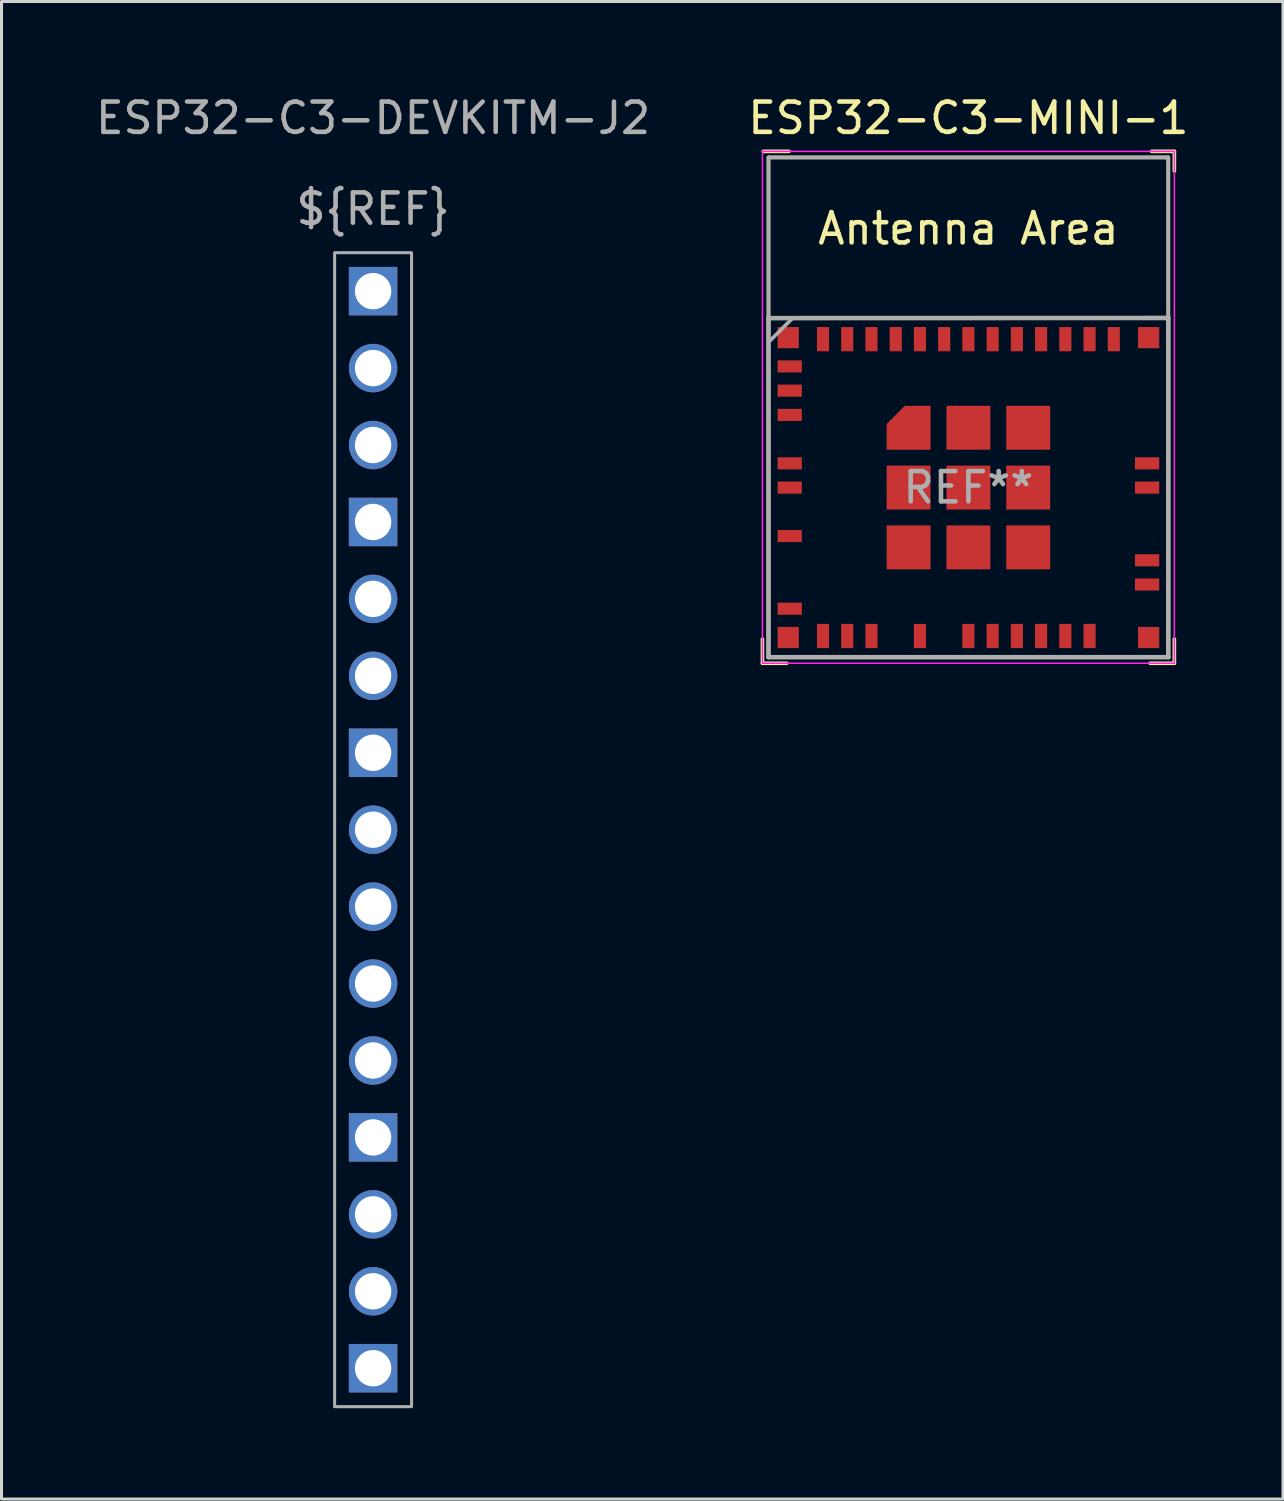
<source format=kicad_pcb>
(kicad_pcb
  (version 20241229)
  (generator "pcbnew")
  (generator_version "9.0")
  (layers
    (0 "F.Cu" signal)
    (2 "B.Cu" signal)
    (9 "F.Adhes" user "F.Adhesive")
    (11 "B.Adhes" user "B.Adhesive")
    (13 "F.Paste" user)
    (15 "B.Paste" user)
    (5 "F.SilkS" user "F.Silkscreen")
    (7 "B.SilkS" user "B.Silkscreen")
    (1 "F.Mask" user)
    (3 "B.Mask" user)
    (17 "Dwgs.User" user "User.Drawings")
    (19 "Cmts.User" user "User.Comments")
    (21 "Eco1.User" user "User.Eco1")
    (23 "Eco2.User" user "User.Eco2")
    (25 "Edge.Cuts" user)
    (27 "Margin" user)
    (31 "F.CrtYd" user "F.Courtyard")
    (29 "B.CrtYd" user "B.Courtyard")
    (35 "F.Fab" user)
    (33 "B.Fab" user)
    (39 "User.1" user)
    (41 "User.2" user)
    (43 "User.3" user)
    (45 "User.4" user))
  (footprint "ESP32-C3-MINI-1"
    (layer "F.Cu")
    (at 28.923 13.048)
    (property "Reference" "ESP32-C3-MINI-1" (at 0 -12.2 0) (layer "F.SilkS") (effects (font (size 1 1) (thickness 0.15))))
    (attr smd)
    (fp_line (start -6.8 5) (end -6.8 5.8) (stroke (width 0.12) (type solid)) (layer "F.SilkS"))
    (fp_line (start -6.8 5.8) (end -6 5.8) (stroke (width 0.12) (type solid)) (layer "F.SilkS"))
    (fp_line (start -6.6 -10.9) (end 6.6 -10.9) (stroke (width 0.12) (type solid)) (layer "F.SilkS"))
    (fp_line (start -6.6 -5.6) (end 6.6 -5.6) (stroke (width 0.12) (type solid)) (layer "F.SilkS"))
    (fp_line (start -6.6 5.6) (end -6.6 -10.9) (stroke (width 0.12) (type solid)) (layer "F.SilkS"))
    (fp_line (start -5.925 -11.1) (end -6.775 -11.1) (stroke (width 0.12) (type solid)) (layer "F.SilkS"))
    (fp_line (start 6.05 -11.1) (end 6.8 -11.1) (stroke (width 0.12) (type solid)) (layer "F.SilkS"))
    (fp_line (start 6.6 -10.9) (end 6.6 5.6) (stroke (width 0.12) (type solid)) (layer "F.SilkS"))
    (fp_line (start 6.6 5.6) (end -6.6 5.6) (stroke (width 0.12) (type solid)) (layer "F.SilkS"))
    (fp_line (start 6.8 -11.1) (end 6.8 -10.45) (stroke (width 0.12) (type solid)) (layer "F.SilkS"))
    (fp_line (start 6.8 5) (end 6.8 5.8) (stroke (width 0.12) (type solid)) (layer "F.SilkS"))
    (fp_line (start 6.8 5.8) (end 6 5.8) (stroke (width 0.12) (type solid)) (layer "F.SilkS"))
    (fp_line (start -6.8 -11.1) (end 6.8 -11.1) (stroke (width 0.05) (type solid)) (layer "F.CrtYd"))
    (fp_line (start -6.8 5.8) (end -6.8 -11.1) (stroke (width 0.05) (type solid)) (layer "F.CrtYd"))
    (fp_line (start 6.8 -11.1) (end 6.8 5.8) (stroke (width 0.05) (type solid)) (layer "F.CrtYd"))
    (fp_line (start 6.8 5.8) (end -6.8 5.8) (stroke (width 0.05) (type solid)) (layer "F.CrtYd"))
    (fp_line (start -6.6 -5.595) (end -6.6 5.6) (stroke (width 0.15) (type solid)) (layer "F.Fab"))
    (fp_line (start -6.6 -5.5) (end -6.6 -10.9) (stroke (width 0.12) (type solid)) (layer "F.Fab"))
    (fp_line (start -6.6 5.6) (end 6.6 5.6) (stroke (width 0.15) (type solid)) (layer "F.Fab"))
    (fp_line (start -5.8 -5.6) (end -6.6 -4.8) (stroke (width 0.12) (type solid)) (layer "F.Fab"))
    (fp_line (start 6.6 -10.9) (end -6.6 -10.9) (stroke (width 0.12) (type solid)) (layer "F.Fab"))
    (fp_line (start 6.6 -5.6) (end -6.6 -5.595) (stroke (width 0.15) (type solid)) (layer "F.Fab"))
    (fp_line (start 6.6 -5.5) (end 6.6 -10.9) (stroke (width 0.12) (type solid)) (layer "F.Fab"))
    (fp_line (start 6.6 5.6) (end 6.6 -5.595) (stroke (width 0.15) (type solid)) (layer "F.Fab"))
    (fp_text user "Antenna Area" (at 0 -8.55 0) (layer "F.SilkS") (effects (font (size 1 1) (thickness 0.15))))
    (fp_text user "REF**" (at 0 0 0) (layer "F.Fab") (effects (font (size 1 1) (thickness 0.15))))
    (pad "1" smd rect (at -5.9 -4 90) (size 0.4 0.8) (layers "F.Cu" "F.Mask" "F.Paste"))
    (pad "2" smd rect (at -5.9 -3.2 90) (size 0.4 0.8) (layers "F.Cu" "F.Mask" "F.Paste"))
    (pad "3" smd rect (at -5.9 -2.4 90) (size 0.4 0.8) (layers "F.Cu" "F.Mask" "F.Paste"))
    (pad "5" smd rect (at -5.9 -0.8 90) (size 0.4 0.8) (layers "F.Cu" "F.Mask" "F.Paste"))
    (pad "6" smd rect (at -5.9 0 90) (size 0.4 0.8) (layers "F.Cu" "F.Mask" "F.Paste"))
    (pad "8" smd rect (at -5.9 1.6 90) (size 0.4 0.8) (layers "F.Cu" "F.Mask" "F.Paste"))
    (pad "11" smd rect (at -5.9 4 90) (size 0.4 0.8) (layers "F.Cu" "F.Mask" "F.Paste"))
    (pad "12" smd rect (at -4.8 4.9) (size 0.4 0.8) (layers "F.Cu" "F.Mask" "F.Paste"))
    (pad "13" smd rect (at -4 4.9) (size 0.4 0.8) (layers "F.Cu" "F.Mask" "F.Paste"))
    (pad "14" smd rect (at -3.2 4.9) (size 0.4 0.8) (layers "F.Cu" "F.Mask" "F.Paste"))
    (pad "16" smd rect (at -1.6 4.9) (size 0.4 0.8) (layers "F.Cu" "F.Mask" "F.Paste"))
    (pad "18" smd rect (at 0 4.9) (size 0.4 0.8) (layers "F.Cu" "F.Mask" "F.Paste"))
    (pad "19" smd rect (at 0.8 4.9) (size 0.4 0.8) (layers "F.Cu" "F.Mask" "F.Paste"))
    (pad "20" smd rect (at 1.6 4.9) (size 0.4 0.8) (layers "F.Cu" "F.Mask" "F.Paste"))
    (pad "21" smd rect (at 2.4 4.9) (size 0.4 0.8) (layers "F.Cu" "F.Mask" "F.Paste"))
    (pad "22" smd rect (at 3.2 4.9) (size 0.4 0.8) (layers "F.Cu" "F.Mask" "F.Paste"))
    (pad "23" smd rect (at 4 4.9) (size 0.4 0.8) (layers "F.Cu" "F.Mask" "F.Paste"))
    (pad "26" smd rect (at 5.9 3.2 90) (size 0.4 0.8) (layers "F.Cu" "F.Mask" "F.Paste"))
    (pad "27" smd rect (at 5.9 2.4 90) (size 0.4 0.8) (layers "F.Cu" "F.Mask" "F.Paste"))
    (pad "30" smd rect (at 5.9 0 90) (size 0.4 0.8) (layers "F.Cu" "F.Mask" "F.Paste"))
    (pad "31" smd rect (at 5.9 -0.8 90) (size 0.4 0.8) (layers "F.Cu" "F.Mask" "F.Paste"))
    (pad "36" smd rect (at -5.95 -4.95 90) (size 0.7 0.7) (layers "F.Cu" "F.Mask" "F.Paste"))
    (pad "36" smd rect (at -5.95 4.95 90) (size 0.7 0.7) (layers "F.Cu" "F.Mask" "F.Paste"))
    (pad "36" smd rect (at -4.8 -4.9) (size 0.4 0.8) (layers "F.Cu" "F.Mask" "F.Paste"))
    (pad "36" smd rect (at -4 -4.9) (size 0.4 0.8) (layers "F.Cu" "F.Mask" "F.Paste"))
    (pad "36" smd rect (at -3.2 -4.9) (size 0.4 0.8) (layers "F.Cu" "F.Mask" "F.Paste"))
    (pad "36" smd rect (at -2.4 -4.9) (size 0.4 0.8) (layers "F.Cu" "F.Mask" "F.Paste"))
    (pad "36" smd custom (at -1.975 -1.975) (size 0.8 0.8) (layers "F.Cu" "F.Mask" "F.Paste") (options (anchor rect)) (primitives (gr_poly (pts (xy 0.725 0.725) (xy -0.725 0.725) (xy -0.725 -0.125) (xy -0.125 -0.725) (xy 0.725 -0.725)) (width 0) (fill yes))))
    (pad "36" smd rect (at -1.975 0 90) (size 1.45 1.45) (layers "F.Cu" "F.Mask" "F.Paste"))
    (pad "36" smd rect (at -1.975 1.975 90) (size 1.45 1.45) (layers "F.Cu" "F.Mask" "F.Paste"))
    (pad "36" smd rect (at -1.6 -4.9) (size 0.4 0.8) (layers "F.Cu" "F.Mask" "F.Paste"))
    (pad "36" smd rect (at -0.8 -4.9) (size 0.4 0.8) (layers "F.Cu" "F.Mask" "F.Paste"))
    (pad "36" smd rect (at 0 -4.9) (size 0.4 0.8) (layers "F.Cu" "F.Mask" "F.Paste"))
    (pad "36" smd rect (at 0 -1.975 90) (size 1.45 1.45) (layers "F.Cu" "F.Mask" "F.Paste"))
    (pad "36" smd rect (at 0 0 90) (size 1.45 1.45) (layers "F.Cu" "F.Mask" "F.Paste"))
    (pad "36" smd rect (at 0 1.975 90) (size 1.45 1.45) (layers "F.Cu" "F.Mask" "F.Paste"))
    (pad "36" smd rect (at 0.8 -4.9) (size 0.4 0.8) (layers "F.Cu" "F.Mask" "F.Paste"))
    (pad "36" smd rect (at 1.6 -4.9) (size 0.4 0.8) (layers "F.Cu" "F.Mask" "F.Paste"))
    (pad "36" smd rect (at 1.975 -1.975 90) (size 1.45 1.45) (layers "F.Cu" "F.Mask" "F.Paste"))
    (pad "36" smd rect (at 1.975 0 90) (size 1.45 1.45) (layers "F.Cu" "F.Mask" "F.Paste"))
    (pad "36" smd rect (at 1.975 1.975 90) (size 1.45 1.45) (layers "F.Cu" "F.Mask" "F.Paste"))
    (pad "36" smd rect (at 2.4 -4.9) (size 0.4 0.8) (layers "F.Cu" "F.Mask" "F.Paste"))
    (pad "36" smd rect (at 3.2 -4.9) (size 0.4 0.8) (layers "F.Cu" "F.Mask" "F.Paste"))
    (pad "36" smd rect (at 4 -4.9) (size 0.4 0.8) (layers "F.Cu" "F.Mask" "F.Paste"))
    (pad "36" smd rect (at 4.8 -4.9) (size 0.4 0.8) (layers "F.Cu" "F.Mask" "F.Paste"))
    (pad "36" smd rect (at 5.95 -4.95 90) (size 0.7 0.7) (layers "F.Cu" "F.Mask" "F.Paste"))
    (pad "36" smd rect (at 5.95 4.95 90) (size 0.7 0.7) (layers "F.Cu" "F.Mask" "F.Paste")))
  (footprint "ESP32-C3-DEVKITM-J2"
    (layer "F.Cu")
    (at 7.998 5.293)
    (property "Reference" "ESP32-C3-DEVKITM-J2" (at 1.27 -4.445 0) (unlocked yes) (layer "F.Fab") (effects (font (size 1 1) (thickness 0.15))))
    (attr smd)
    (fp_rect (start 0 0) (end 2.54 38.1) (stroke (width 0.1) (type solid)) (fill no) (layer "F.Fab"))
    (fp_text user "${REF}" (at 1.27 -1.445 0) (unlocked yes) (layer "F.Fab") (effects (font (size 1 1) (thickness 0.15))))
    (pad "1" thru_hole rect (at 1.27 1.27) (size 1.6 1.6) (drill 1.2) (layers "*.Cu" "*.Mask"))
    (pad "2" thru_hole circle (at 1.27 3.81) (size 1.6 1.6) (drill 1.2) (layers "*.Cu" "*.Mask"))
    (pad "3" thru_hole circle (at 1.27 6.35) (size 1.6 1.6) (drill 1.2) (layers "*.Cu" "*.Mask"))
    (pad "4" thru_hole rect (at 1.27 8.89) (size 1.6 1.6) (drill 1.2) (layers "*.Cu" "*.Mask"))
    (pad "5" thru_hole circle (at 1.27 11.43) (size 1.6 1.6) (drill 1.2) (layers "*.Cu" "*.Mask"))
    (pad "6" thru_hole circle (at 1.27 13.97) (size 1.6 1.6) (drill 1.2) (layers "*.Cu" "*.Mask"))
    (pad "7" thru_hole rect (at 1.27 16.51) (size 1.6 1.6) (drill 1.2) (layers "*.Cu" "*.Mask"))
    (pad "8" thru_hole circle (at 1.27 19.05) (size 1.6 1.6) (drill 1.2) (layers "*.Cu" "*.Mask"))
    (pad "9" thru_hole circle (at 1.27 21.59) (size 1.6 1.6) (drill 1.2) (layers "*.Cu" "*.Mask"))
    (pad "10" thru_hole circle (at 1.27 24.13) (size 1.6 1.6) (drill 1.2) (layers "*.Cu" "*.Mask"))
    (pad "11" thru_hole circle (at 1.27 26.67) (size 1.6 1.6) (drill 1.2) (layers "*.Cu" "*.Mask"))
    (pad "12" thru_hole rect (at 1.27 29.21) (size 1.6 1.6) (drill 1.2) (layers "*.Cu" "*.Mask"))
    (pad "13" thru_hole circle (at 1.27 31.75) (size 1.6 1.6) (drill 1.2) (layers "*.Cu" "*.Mask"))
    (pad "14" thru_hole circle (at 1.27 34.29) (size 1.6 1.6) (drill 1.2) (layers "*.Cu" "*.Mask"))
    (pad "15" thru_hole rect (at 1.27 36.83) (size 1.6 1.6) (drill 1.2) (layers "*.Cu" "*.Mask")))
  (gr_rect
    (start -3 -3)
    (end 39.31 46.443)
    (stroke (width 0.1) (type default))
    (fill no)
    (layer "Edge.Cuts")))
</source>
